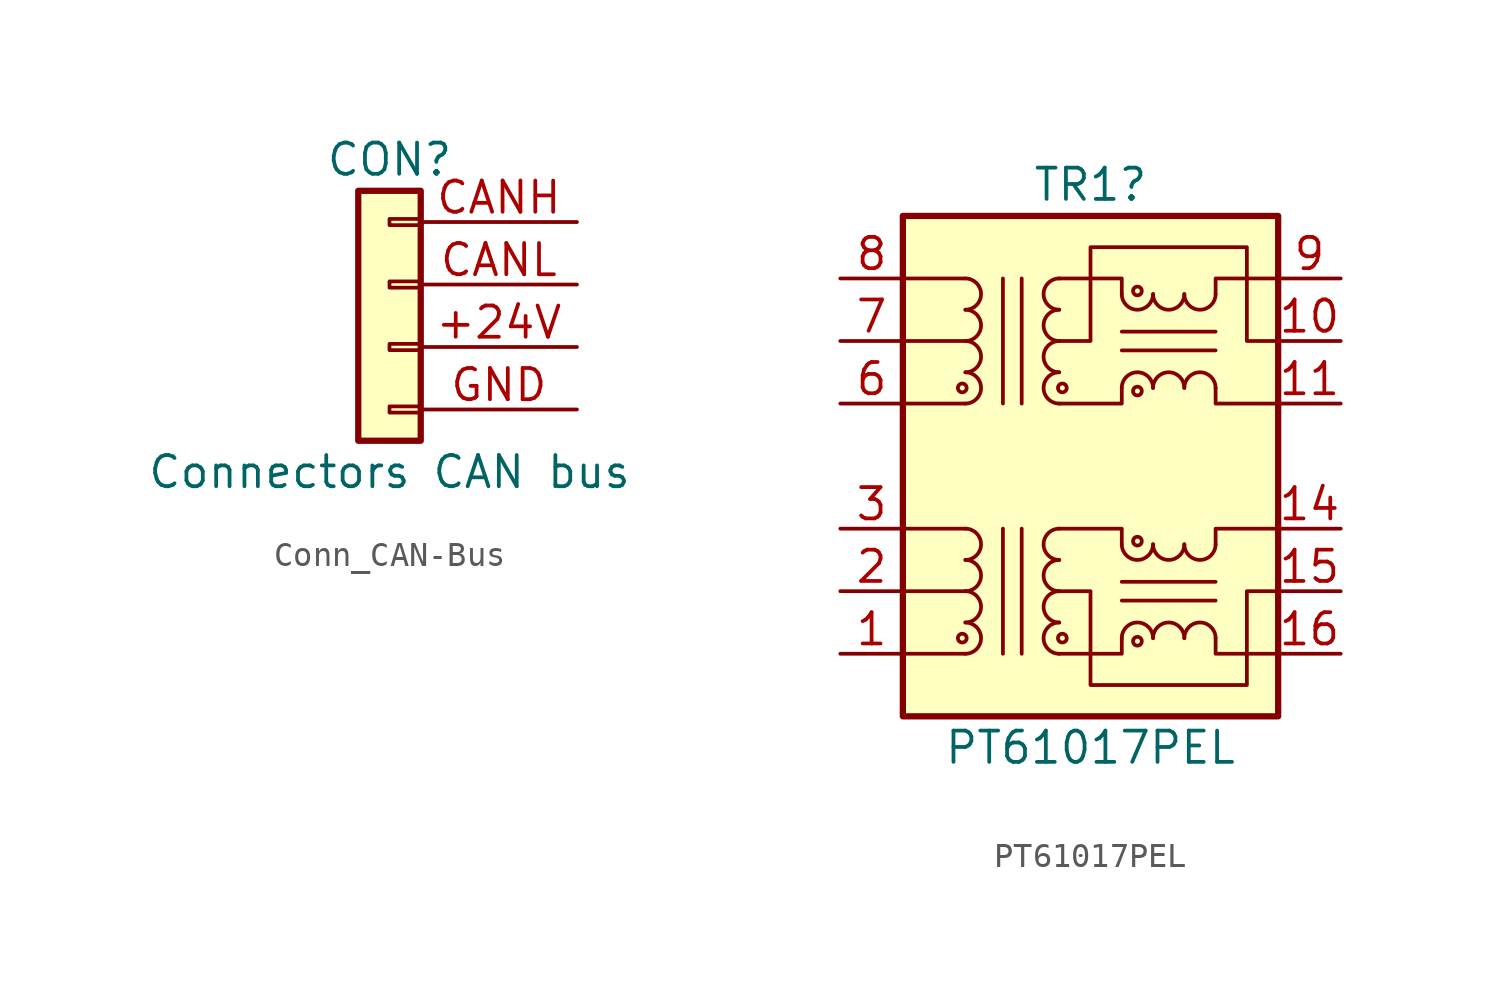
<source format=kicad_sym>
(kicad_symbol_lib
  (version 20241209)
  (generator "kicad_symbol_editor")
  (generator_version "9.0")
  (symbol "Conn_CAN-Bus"
    (pin_names
      (offset 1.016)
      (hide yes))
    (property "Reference" "CON"
      (at -1.27 7.62 0)
      (effects (font (size 1.27 1.27))))
    (property "Value" "Connectors CAN bus"
      (at -1.27 -5.08 0)
      (effects (font (size 1.27 1.27))))
    (symbol "Conn_CAN-Bus_1_1"
      (rectangle (start -2.54 6.35) (end 0 -3.81) (stroke (width 0.254) (type default)) (fill (type background)))
      (rectangle (start -1.27 4.953) (end 0 5.207) (stroke (width 0.152) (type default)) (fill (type none)))
      (rectangle (start -1.27 2.413) (end 0 2.667) (stroke (width 0.152) (type default)) (fill (type none)))
      (rectangle (start -1.27 -0.127) (end 0 0.127) (stroke (width 0.152) (type default)) (fill (type none)))
      (rectangle (start -1.27 -2.667) (end 0 -2.413) (stroke (width 0.152) (type default)) (fill (type none)))
      (pin no_connect line (at -1.27 5.08 270) (length 6.35) (hide yes) (name "NC" (effects (font (size 1.27 1.27)))) (number "NC" (effects (font (size 1.27 1.27)))))
      (pin bidirectional line (at 6.35 5.08 180) (length 6.35) (name "CANH" (effects (font (size 1.27 1.27)))) (number "CANH" (effects (font (size 1.27 1.27)))))
      (pin bidirectional line (at 6.35 2.54 180) (length 6.35) (name "CANL" (effects (font (size 1.27 1.27)))) (number "CANL" (effects (font (size 1.27 1.27)))))
      (pin power_out line (at 6.35 0 180) (length 6.35) (name "+24V" (effects (font (size 1.27 1.27)))) (number "+24V" (effects (font (size 1.27 1.27)))))
      (pin power_out line (at 6.35 -2.54 180) (length 6.35) (name "GND" (effects (font (size 1.27 1.27)))) (number "GND" (effects (font (size 1.27 1.27)))))))
  (symbol "PT61017PEL"
    (pin_names
      (hide yes))
    (property "Reference" "TR1"
      (at 0 11.43 0)
      (effects (font (size 1.27 1.27))))
    (property "Value" "PT61017PEL"
      (at 0 -11.43 0)
      (effects (font (size 1.27 1.27))))
    (symbol "PT61017PEL_0_1"
      (rectangle (start -7.62 10.16) (end 7.62 -10.16) (stroke (width 0.254) (type default)) (fill (type background)))
      (circle (center -5.207 3.175) (radius 0.178) (stroke (width 0) (type default)) (fill (type none)))
      (arc (start -5.08 7.62) (mid -4.4477 6.985) (end -5.08 6.35) (stroke (width 0) (type default)) (fill (type none)))
      (polyline (pts (xy -5.08 7.62) (xy -7.62 7.62)) (stroke (width 0) (type default)) (fill (type none)))
      (polyline (pts (xy -5.08 5.08) (xy -7.62 5.08)) (stroke (width 0) (type default)) (fill (type none)))
      (polyline (pts (xy -5.08 2.54) (xy -7.62 2.54)) (stroke (width 0) (type default)) (fill (type none)))
      (polyline (pts (xy -3.556 2.54) (xy -3.556 7.62)) (stroke (width 0) (type default)) (fill (type none)))
      (polyline (pts (xy -3.556 -2.54) (xy -3.556 -7.62)) (stroke (width 0) (type default)) (fill (type none)))
      (polyline (pts (xy -2.794 7.62) (xy -2.794 2.54)) (stroke (width 0) (type default)) (fill (type none)))
      (polyline (pts (xy -2.794 -7.62) (xy -2.794 -2.54)) (stroke (width 0) (type default)) (fill (type none)))
      (polyline (pts (xy -1.27 5.08) (xy 0 5.08) (xy 0 8.89) (xy 6.35 8.89) (xy 6.35 5.08) (xy 7.62 5.08)) (stroke (width 0) (type default)) (fill (type none)))
      (polyline (pts (xy -1.27 2.54) (xy 1.27 2.54) (xy 1.27 3.175)) (stroke (width 0) (type default)) (fill (type none)))
      (polyline (pts (xy 1.27 6.985) (xy 1.27 7.62) (xy -1.27 7.62)) (stroke (width 0) (type default)) (fill (type none)))
      (polyline (pts (xy 1.27 5.461) (xy 5.08 5.461)) (stroke (width 0) (type default)) (fill (type none)))
      (polyline (pts (xy 1.27 4.699) (xy 5.08 4.699)) (stroke (width 0) (type default)) (fill (type none)))
      (polyline (pts (xy 5.08 6.985) (xy 5.08 7.62) (xy 7.62 7.62)) (stroke (width 0) (type default)) (fill (type none)))
      (polyline (pts (xy 5.08 3.175) (xy 5.08 2.54) (xy 7.62 2.54)) (stroke (width 0) (type default)) (fill (type none))))
    (symbol "PT61017PEL_1_1"
      (circle (center -5.207 -6.985) (radius 0.178) (stroke (width 0) (type default)) (fill (type none)))
      (arc (start -5.08 6.35) (mid -4.4477 5.715) (end -5.08 5.08) (stroke (width 0) (type default)) (fill (type none)))
      (arc (start -5.08 5.08) (mid -4.4477 4.445) (end -5.08 3.81) (stroke (width 0) (type default)) (fill (type none)))
      (arc (start -5.08 3.81) (mid -4.4477 3.175) (end -5.08 2.54) (stroke (width 0) (type default)) (fill (type none)))
      (arc (start -5.08 -2.54) (mid -4.4477 -3.175) (end -5.08 -3.81) (stroke (width 0) (type default)) (fill (type none)))
      (arc (start -5.08 -3.81) (mid -4.4477 -4.445) (end -5.08 -5.08) (stroke (width 0) (type default)) (fill (type none)))
      (arc (start -5.08 -5.08) (mid -4.4477 -5.715) (end -5.08 -6.35) (stroke (width 0) (type default)) (fill (type none)))
      (arc (start -5.08 -6.35) (mid -4.4477 -6.985) (end -5.08 -7.62) (stroke (width 0) (type default)) (fill (type none)))
      (polyline (pts (xy -5.08 -2.54) (xy -7.62 -2.54)) (stroke (width 0) (type default)) (fill (type none)))
      (polyline (pts (xy -5.08 -5.08) (xy -7.62 -5.08)) (stroke (width 0) (type default)) (fill (type none)))
      (polyline (pts (xy -5.08 -7.62) (xy -7.62 -7.62)) (stroke (width 0) (type default)) (fill (type none)))
      (polyline (pts (xy -1.27 -7.62) (xy 1.27 -7.62) (xy 1.27 -6.985)) (stroke (width 0) (type default)) (fill (type none)))
      (arc (start -1.27 6.35) (mid -1.9023 6.985) (end -1.27 7.62) (stroke (width 0) (type default)) (fill (type none)))
      (arc (start -1.27 5.08) (mid -1.9023 5.715) (end -1.27 6.35) (stroke (width 0) (type default)) (fill (type none)))
      (arc (start -1.27 3.81) (mid -1.9023 4.445) (end -1.27 5.08) (stroke (width 0) (type default)) (fill (type none)))
      (arc (start -1.27 2.54) (mid -1.9023 3.175) (end -1.27 3.81) (stroke (width 0) (type default)) (fill (type none)))
      (arc (start -1.27 -3.81) (mid -1.9023 -3.175) (end -1.27 -2.54) (stroke (width 0) (type default)) (fill (type none)))
      (arc (start -1.27 -5.08) (mid -1.9023 -4.445) (end -1.27 -3.81) (stroke (width 0) (type default)) (fill (type none)))
      (arc (start -1.27 -6.35) (mid -1.9023 -5.715) (end -1.27 -5.08) (stroke (width 0) (type default)) (fill (type none)))
      (arc (start -1.27 -7.62) (mid -1.9023 -6.985) (end -1.27 -6.35) (stroke (width 0) (type default)) (fill (type none)))
      (circle (center -1.143 3.175) (radius 0.178) (stroke (width 0) (type default)) (fill (type none)))
      (circle (center -1.143 -6.985) (radius 0.178) (stroke (width 0) (type default)) (fill (type none)))
      (polyline (pts (xy 1.27 -3.175) (xy 1.27 -2.54) (xy -1.27 -2.54)) (stroke (width 0) (type default)) (fill (type none)))
      (polyline (pts (xy 1.27 -4.699) (xy 5.08 -4.699)) (stroke (width 0) (type default)) (fill (type none)))
      (polyline (pts (xy 1.27 -5.461) (xy 5.08 -5.461)) (stroke (width 0) (type default)) (fill (type none)))
      (circle (center 1.905 7.112) (radius 0.178) (stroke (width 0) (type default)) (fill (type none)))
      (arc (start 2.54 6.985) (mid 1.905 6.3527) (end 1.27 6.985) (stroke (width 0) (type default)) (fill (type none)))
      (arc (start 1.27 3.175) (mid 1.905 3.8073) (end 2.54 3.175) (stroke (width 0) (type default)) (fill (type none)))
      (circle (center 1.905 3.048) (radius 0.178) (stroke (width 0) (type default)) (fill (type none)))
      (circle (center 1.905 -3.048) (radius 0.178) (stroke (width 0) (type default)) (fill (type none)))
      (arc (start 2.54 -3.175) (mid 1.905 -3.8073) (end 1.27 -3.175) (stroke (width 0) (type default)) (fill (type none)))
      (arc (start 1.27 -6.985) (mid 1.905 -6.3527) (end 2.54 -6.985) (stroke (width 0) (type default)) (fill (type none)))
      (circle (center 1.905 -7.112) (radius 0.178) (stroke (width 0) (type default)) (fill (type none)))
      (arc (start 3.81 6.985) (mid 3.175 6.3527) (end 2.54 6.985) (stroke (width 0) (type default)) (fill (type none)))
      (arc (start 2.54 3.175) (mid 3.175 3.8073) (end 3.81 3.175) (stroke (width 0) (type default)) (fill (type none)))
      (arc (start 3.81 -3.175) (mid 3.175 -3.8073) (end 2.54 -3.175) (stroke (width 0) (type default)) (fill (type none)))
      (arc (start 2.54 -6.985) (mid 3.175 -6.3527) (end 3.81 -6.985) (stroke (width 0) (type default)) (fill (type none)))
      (arc (start 5.08 6.985) (mid 4.445 6.3527) (end 3.81 6.985) (stroke (width 0) (type default)) (fill (type none)))
      (arc (start 3.81 3.175) (mid 4.445 3.8073) (end 5.08 3.175) (stroke (width 0) (type default)) (fill (type none)))
      (arc (start 5.08 -3.175) (mid 4.445 -3.8073) (end 3.81 -3.175) (stroke (width 0) (type default)) (fill (type none)))
      (arc (start 3.81 -6.985) (mid 4.445 -6.3527) (end 5.08 -6.985) (stroke (width 0) (type default)) (fill (type none)))
      (polyline (pts (xy 5.08 -3.175) (xy 5.08 -2.54) (xy 7.62 -2.54)) (stroke (width 0) (type default)) (fill (type none)))
      (polyline (pts (xy 5.08 -6.985) (xy 5.08 -7.62) (xy 7.62 -7.62)) (stroke (width 0) (type default)) (fill (type none)))
      (polyline (pts (xy 7.62 -5.08) (xy 6.35 -5.08) (xy 6.35 -8.89) (xy 0 -8.89) (xy 0 -5.08) (xy -1.27 -5.08)) (stroke (width 0) (type default)) (fill (type none)))
      (pin passive line (at -10.16 7.62 0) (length 2.54) (name "RD-" (effects (font (size 1.27 1.27)))) (number "8" (effects (font (size 1.27 1.27)))))
      (pin passive line (at -10.16 5.08 0) (length 2.54) (name "C_RD" (effects (font (size 1.27 1.27)))) (number "7" (effects (font (size 1.27 1.27)))))
      (pin passive line (at -10.16 2.54 0) (length 2.54) (name "RD+" (effects (font (size 1.27 1.27)))) (number "6" (effects (font (size 1.27 1.27)))))
      (pin passive line (at -10.16 -2.54 0) (length 2.54) (name "TD-" (effects (font (size 1.27 1.27)))) (number "3" (effects (font (size 1.27 1.27)))))
      (pin passive line (at -10.16 -5.08 0) (length 2.54) (name "C_TD" (effects (font (size 1.27 1.27)))) (number "2" (effects (font (size 1.27 1.27)))))
      (pin passive line (at -10.16 -7.62 0) (length 2.54) (name "TD+" (effects (font (size 1.27 1.27)))) (number "1" (effects (font (size 1.27 1.27)))))
      (pin no_connect line (at 3.81 3.81 0) (length 2.54) (hide yes) (name "NC" (effects (font (size 1.27 1.27)))) (number "4" (effects (font (size 1.27 1.27)))))
      (pin no_connect line (at 3.81 1.27 0) (length 2.54) (hide yes) (name "NC" (effects (font (size 1.27 1.27)))) (number "5" (effects (font (size 1.27 1.27)))))
      (pin no_connect line (at 3.81 -1.27 0) (length 2.54) (hide yes) (name "NC" (effects (font (size 1.27 1.27)))) (number "12" (effects (font (size 1.27 1.27)))))
      (pin no_connect line (at 3.81 -3.81 0) (length 2.54) (hide yes) (name "NC" (effects (font (size 1.27 1.27)))) (number "13" (effects (font (size 1.27 1.27)))))
      (pin passive line (at 10.16 7.62 180) (length 2.54) (name "RX-" (effects (font (size 1.27 1.27)))) (number "9" (effects (font (size 1.27 1.27)))))
      (pin passive line (at 10.16 5.08 180) (length 2.54) (name "C_RX" (effects (font (size 1.27 1.27)))) (number "10" (effects (font (size 1.27 1.27)))))
      (pin passive line (at 10.16 2.54 180) (length 2.54) (name "RX+" (effects (font (size 1.27 1.27)))) (number "11" (effects (font (size 1.27 1.27)))))
      (pin passive line (at 10.16 -2.54 180) (length 2.54) (name "TX-" (effects (font (size 1.27 1.27)))) (number "14" (effects (font (size 1.27 1.27)))))
      (pin passive line (at 10.16 -5.08 180) (length 2.54) (name "C_TX" (effects (font (size 1.27 1.27)))) (number "15" (effects (font (size 1.27 1.27)))))
      (pin passive line (at 10.16 -7.62 180) (length 2.54) (name "TX+" (effects (font (size 1.27 1.27)))) (number "16" (effects (font (size 1.27 1.27))))))))
</source>
